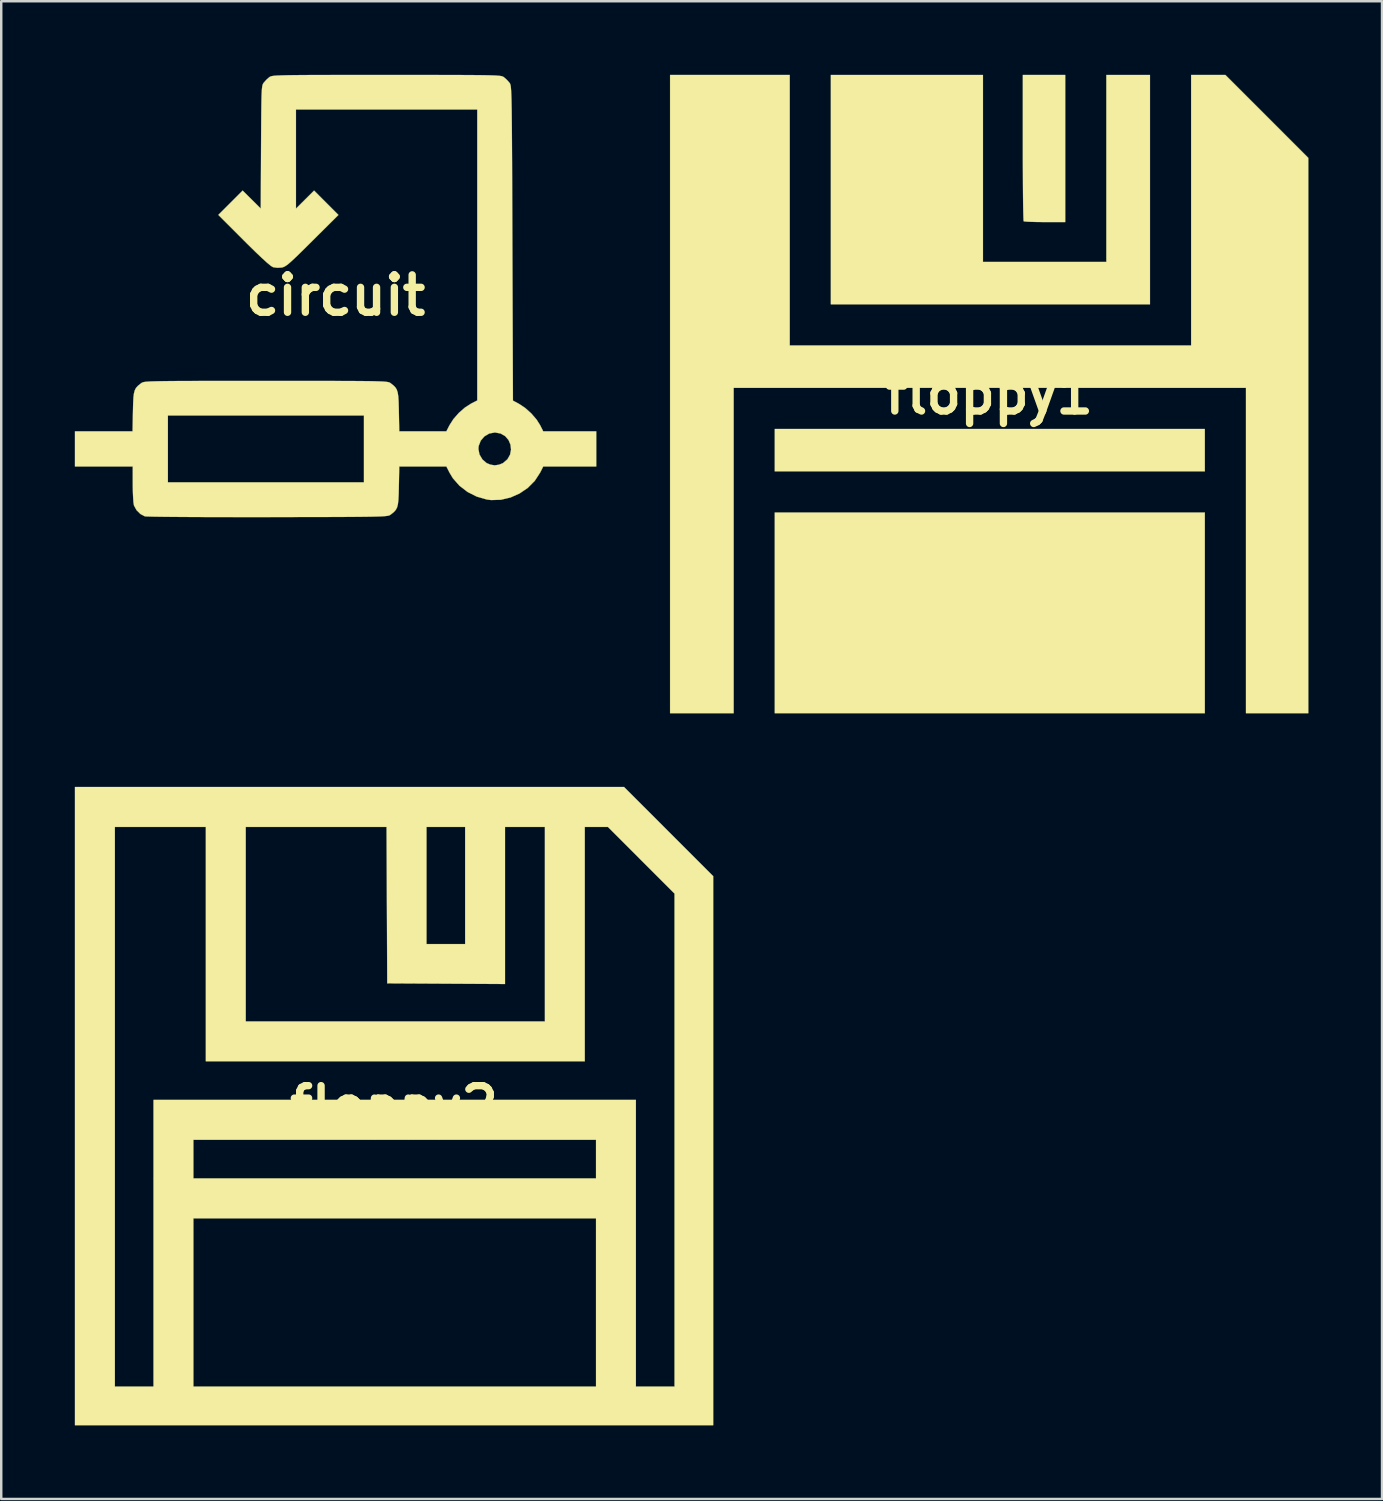
<source format=kicad_pcb>
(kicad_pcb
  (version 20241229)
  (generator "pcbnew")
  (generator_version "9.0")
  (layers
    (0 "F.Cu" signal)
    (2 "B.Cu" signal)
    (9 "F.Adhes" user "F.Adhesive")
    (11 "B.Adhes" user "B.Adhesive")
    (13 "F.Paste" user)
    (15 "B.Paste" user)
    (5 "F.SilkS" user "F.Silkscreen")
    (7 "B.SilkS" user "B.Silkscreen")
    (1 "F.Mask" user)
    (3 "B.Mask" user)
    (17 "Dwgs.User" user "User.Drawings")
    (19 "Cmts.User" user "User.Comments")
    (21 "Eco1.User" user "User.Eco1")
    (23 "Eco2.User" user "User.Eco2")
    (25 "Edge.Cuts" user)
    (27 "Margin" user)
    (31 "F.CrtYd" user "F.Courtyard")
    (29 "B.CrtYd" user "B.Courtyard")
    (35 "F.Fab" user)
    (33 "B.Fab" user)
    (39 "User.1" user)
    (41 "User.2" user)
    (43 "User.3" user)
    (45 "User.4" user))
  (footprint "floppy2"
    (layer "F.Cu")
    (at 13.01 42.029)
    (property "Reference" "floppy2" (at 0 0 0) (layer "F.SilkS") (effects (font (size 1.524 1.524) (thickness 0.3))))
    (attr through_hole)
    (fp_poly (pts (xy 11.189 -11.188) (xy 13.005 -9.372) (xy 13.005 1.816) (xy 13.005 13.005) (xy -13.005 13.005) (xy -13.005 -11.379) (xy -11.379 -11.379) (xy -11.379 11.43) (xy -9.804 11.43) (xy -9.804 4.572) (xy -8.179 4.572) (xy -8.179 11.43) (xy 8.23 11.43) (xy 8.23 4.572) (xy -8.179 4.572) (xy -9.804 4.572) (xy -9.804 1.372) (xy -8.179 1.372) (xy -8.179 2.946) (xy 8.23 2.946) (xy 8.23 1.372) (xy -8.179 1.372) (xy -9.804 1.372) (xy -9.804 -0.254) (xy 9.855 -0.254) (xy 9.855 11.43) (xy 11.43 11.43) (xy 11.43 -8.661) (xy 10.071 -10.02) (xy 8.713 -11.379) (xy 7.772 -11.379) (xy 7.772 -1.829) (xy -7.671 -1.829) (xy -7.671 -11.379) (xy -6.045 -11.379) (xy -6.045 -3.454) (xy 6.147 -3.454) (xy 6.147 -11.379) (xy 4.521 -11.379) (xy 4.521 -4.977) (xy -0.279 -5.004) (xy -0.306 -11.379) (xy 1.321 -11.379) (xy 1.321 -6.604) (xy 2.896 -6.604) (xy 2.896 -11.379) (xy 1.321 -11.379) (xy -0.306 -11.379) (xy -6.045 -11.379) (xy -7.671 -11.379) (xy -11.379 -11.379) (xy -13.005 -11.379) (xy -13.005 -13.005) (xy 9.373 -13.005) (xy 11.189 -11.188)) (stroke (width 0.01) (type solid)) (fill yes) (layer "F.SilkS")))
  (footprint "floppy1"
    (layer "F.Cu")
    (at 37.263 13.01)
    (property "Reference" "floppy1" (at 0 0 0) (layer "F.SilkS") (effects (font (size 1.524 1.524) (thickness 0.3))))
    (attr through_hole)
    (fp_poly (pts (xy 8.788 3.15) (xy -8.738 3.15) (xy -8.738 1.422) (xy 8.788 1.422) (xy 8.788 3.15)) (stroke (width 0.01) (type solid)) (fill yes) (layer "F.SilkS"))
    (fp_poly (pts (xy 8.788 13.005) (xy -8.738 13.005) (xy -8.738 4.826) (xy 8.788 4.826) (xy 8.788 13.005)) (stroke (width 0.01) (type solid)) (fill yes) (layer "F.SilkS"))
    (fp_poly (pts (xy -0.254 -5.385) (xy 4.775 -5.385) (xy 4.775 -13.005) (xy 6.553 -13.005) (xy 6.553 -3.658) (xy -6.452 -3.658) (xy -6.452 -13.005) (xy -0.254 -13.005) (xy -0.254 -5.385)) (stroke (width 0.01) (type solid)) (fill yes) (layer "F.SilkS"))
    (fp_poly (pts (xy -8.128 -1.981) (xy 8.23 -1.981) (xy 8.23 -13.005) (xy 9.627 -13.005) (xy 13.005 -9.626) (xy 13.005 13.005) (xy 10.465 13.005) (xy 10.465 -0.254) (xy -10.414 -0.254) (xy -10.414 13.005) (xy -13.005 13.005) (xy -13.005 -13.005) (xy -8.128 -13.005) (xy -8.128 -1.981)) (stroke (width 0.01) (type solid)) (fill yes) (layer "F.SilkS"))
    (fp_poly (pts (xy 3.099 -7.01) (xy 2.269 -7.01) (xy 1.988 -7.012) (xy 1.744 -7.018) (xy 1.554 -7.026) (xy 1.436 -7.036) (xy 1.405 -7.044) (xy 1.399 -7.1) (xy 1.394 -7.248) (xy 1.388 -7.48) (xy 1.383 -7.786) (xy 1.379 -8.157) (xy 1.376 -8.585) (xy 1.374 -9.061) (xy 1.372 -9.574) (xy 1.372 -10.041) (xy 1.372 -13.005) (xy 3.099 -13.005) (xy 3.099 -7.01)) (stroke (width 0.01) (type solid)) (fill yes) (layer "F.SilkS")))
  (footprint "circuit"
    (layer "F.Cu")
    (at 10.627 8.987)
    (property "Reference" "circuit" (at 0 0 0) (layer "F.SilkS") (effects (font (size 1.524 1.524) (thickness 0.3))))
    (attr through_hole)
    (fp_poly (pts (xy 2.836 -8.982) (xy 3.507 -8.982) (xy 4.097 -8.982) (xy 4.611 -8.981) (xy 5.054 -8.98) (xy 5.432 -8.978) (xy 5.751 -8.976) (xy 6.015 -8.973) (xy 6.231 -8.969) (xy 6.403 -8.964) (xy 6.538 -8.958) (xy 6.64 -8.95) (xy 6.715 -8.942) (xy 6.769 -8.932) (xy 6.807 -8.92) (xy 6.834 -8.907) (xy 6.857 -8.892) (xy 6.863 -8.887) (xy 6.987 -8.777) (xy 7.086 -8.664) (xy 7.099 -8.646) (xy 7.111 -8.624) (xy 7.122 -8.594) (xy 7.132 -8.552) (xy 7.141 -8.493) (xy 7.148 -8.412) (xy 7.155 -8.305) (xy 7.161 -8.167) (xy 7.167 -7.994) (xy 7.171 -7.781) (xy 7.176 -7.523) (xy 7.179 -7.215) (xy 7.183 -6.854) (xy 7.186 -6.434) (xy 7.189 -5.951) (xy 7.192 -5.401) (xy 7.194 -4.777) (xy 7.197 -4.077) (xy 7.2 -3.296) (xy 7.203 -2.428) (xy 7.204 -2.124) (xy 7.227 4.289) (xy 7.471 4.42) (xy 7.726 4.589) (xy 7.976 4.813) (xy 8.191 5.063) (xy 8.334 5.289) (xy 8.462 5.542) (xy 10.622 5.542) (xy 10.622 6.973) (xy 8.462 6.973) (xy 8.335 7.224) (xy 8.116 7.56) (xy 7.832 7.846) (xy 7.496 8.074) (xy 7.126 8.238) (xy 6.734 8.33) (xy 6.337 8.342) (xy 6.158 8.318) (xy 5.752 8.201) (xy 5.376 8.011) (xy 5.047 7.757) (xy 4.779 7.452) (xy 4.642 7.224) (xy 4.515 6.973) (xy 2.594 6.973) (xy 2.578 7.778) (xy 2.571 8.094) (xy 2.559 8.333) (xy 2.539 8.51) (xy 2.506 8.64) (xy 2.455 8.739) (xy 2.383 8.822) (xy 2.285 8.903) (xy 2.245 8.933) (xy 2.224 8.948) (xy 2.199 8.962) (xy 2.165 8.974) (xy 2.117 8.984) (xy 2.05 8.993) (xy 1.958 9.001) (xy 1.836 9.008) (xy 1.678 9.013) (xy 1.48 9.018) (xy 1.235 9.022) (xy 0.94 9.025) (xy 0.587 9.028) (xy 0.173 9.03) (xy -0.309 9.032) (xy -0.864 9.033) (xy -1.496 9.034) (xy -2.212 9.036) (xy -2.763 9.037) (xy -3.429 9.037) (xy -4.072 9.037) (xy -4.683 9.036) (xy -5.258 9.035) (xy -5.789 9.033) (xy -6.271 9.03) (xy -6.698 9.027) (xy -7.063 9.023) (xy -7.359 9.019) (xy -7.581 9.014) (xy -7.723 9.009) (xy -7.777 9.004) (xy -7.956 8.909) (xy -8.112 8.754) (xy -8.213 8.571) (xy -8.22 8.546) (xy -8.237 8.442) (xy -8.25 8.267) (xy -8.26 8.042) (xy -8.266 7.788) (xy -8.266 7.678) (xy -8.267 6.973) (xy -10.622 6.973) (xy -10.622 5.542) (xy -8.274 5.542) (xy -8.262 4.895) (xy -6.835 4.895) (xy -6.835 7.62) (xy 1.155 7.62) (xy 1.155 6.258) (xy 5.819 6.258) (xy 5.863 6.485) (xy 5.984 6.689) (xy 6.153 6.835) (xy 6.309 6.899) (xy 6.48 6.927) (xy 6.489 6.927) (xy 6.658 6.902) (xy 6.817 6.839) (xy 6.824 6.835) (xy 7.003 6.681) (xy 7.11 6.493) (xy 7.15 6.288) (xy 7.127 6.083) (xy 7.046 5.893) (xy 6.911 5.737) (xy 6.726 5.63) (xy 6.497 5.588) (xy 6.489 5.588) (xy 6.26 5.631) (xy 6.063 5.748) (xy 5.914 5.922) (xy 5.831 6.137) (xy 5.819 6.258) (xy 1.155 6.258) (xy 1.155 4.895) (xy -6.835 4.895) (xy -8.262 4.895) (xy -8.259 4.737) (xy -8.251 4.421) (xy -8.24 4.182) (xy -8.22 4.006) (xy -8.186 3.875) (xy -8.136 3.776) (xy -8.064 3.694) (xy -7.965 3.612) (xy -7.925 3.582) (xy -7.904 3.567) (xy -7.88 3.554) (xy -7.847 3.542) (xy -7.8 3.531) (xy -7.733 3.522) (xy -7.643 3.515) (xy -7.522 3.508) (xy -7.367 3.503) (xy -7.171 3.499) (xy -6.93 3.495) (xy -6.638 3.492) (xy -6.29 3.49) (xy -5.88 3.489) (xy -5.404 3.488) (xy -4.855 3.487) (xy -4.23 3.487) (xy -3.522 3.487) (xy -2.84 3.487) (xy -2.057 3.487) (xy -1.36 3.487) (xy -0.746 3.487) (xy -0.207 3.488) (xy 0.259 3.489) (xy 0.66 3.49) (xy 1.001 3.493) (xy 1.285 3.495) (xy 1.52 3.499) (xy 1.71 3.504) (xy 1.86 3.509) (xy 1.976 3.516) (xy 2.063 3.524) (xy 2.127 3.533) (xy 2.171 3.543) (xy 2.203 3.555) (xy 2.227 3.569) (xy 2.245 3.582) (xy 2.353 3.667) (xy 2.434 3.748) (xy 2.491 3.839) (xy 2.53 3.957) (xy 2.554 4.117) (xy 2.568 4.333) (xy 2.576 4.621) (xy 2.578 4.737) (xy 2.594 5.542) (xy 4.515 5.542) (xy 4.642 5.291) (xy 4.803 5.04) (xy 5.023 4.79) (xy 5.273 4.571) (xy 5.522 4.411) (xy 5.773 4.284) (xy 5.773 -7.574) (xy -1.616 -7.574) (xy -1.616 -3.535) (xy -0.877 -4.27) (xy 0.115 -3.277) (xy -0.947 -2.221) (xy -1.242 -1.928) (xy -1.48 -1.694) (xy -1.669 -1.512) (xy -1.816 -1.376) (xy -1.93 -1.277) (xy -2.019 -1.211) (xy -2.09 -1.169) (xy -2.15 -1.145) (xy -2.204 -1.133) (xy -2.378 -1.124) (xy -2.539 -1.147) (xy -2.551 -1.15) (xy -2.638 -1.203) (xy -2.786 -1.324) (xy -2.995 -1.514) (xy -3.266 -1.771) (xy -3.599 -2.098) (xy -3.741 -2.24) (xy -4.779 -3.279) (xy -3.788 -4.27) (xy -3.419 -3.904) (xy -3.05 -3.537) (xy -3.038 -6.037) (xy -3.035 -6.581) (xy -3.032 -7.041) (xy -3.029 -7.423) (xy -3.025 -7.736) (xy -3.021 -7.987) (xy -3.015 -8.183) (xy -3.008 -8.333) (xy -2.999 -8.444) (xy -2.988 -8.524) (xy -2.975 -8.58) (xy -2.959 -8.62) (xy -2.939 -8.651) (xy -2.93 -8.664) (xy -2.82 -8.788) (xy -2.707 -8.887) (xy -2.685 -8.903) (xy -2.66 -8.916) (xy -2.625 -8.928) (xy -2.577 -8.939) (xy -2.509 -8.948) (xy -2.415 -8.956) (xy -2.29 -8.962) (xy -2.13 -8.967) (xy -1.928 -8.972) (xy -1.678 -8.975) (xy -1.377 -8.978) (xy -1.017 -8.98) (xy -0.594 -8.981) (xy -0.101 -8.982) (xy 0.465 -8.982) (xy 1.112 -8.982) (xy 1.843 -8.982) (xy 2.078 -8.982) (xy 2.836 -8.982)) (stroke (width 0.01) (type solid)) (fill yes) (layer "F.SilkS")))
  (gr_rect
    (start -3 -3)
    (end 53.273 58.039)
    (stroke (width 0.1) (type default))
    (fill no)
    (layer "Edge.Cuts")))
</source>
